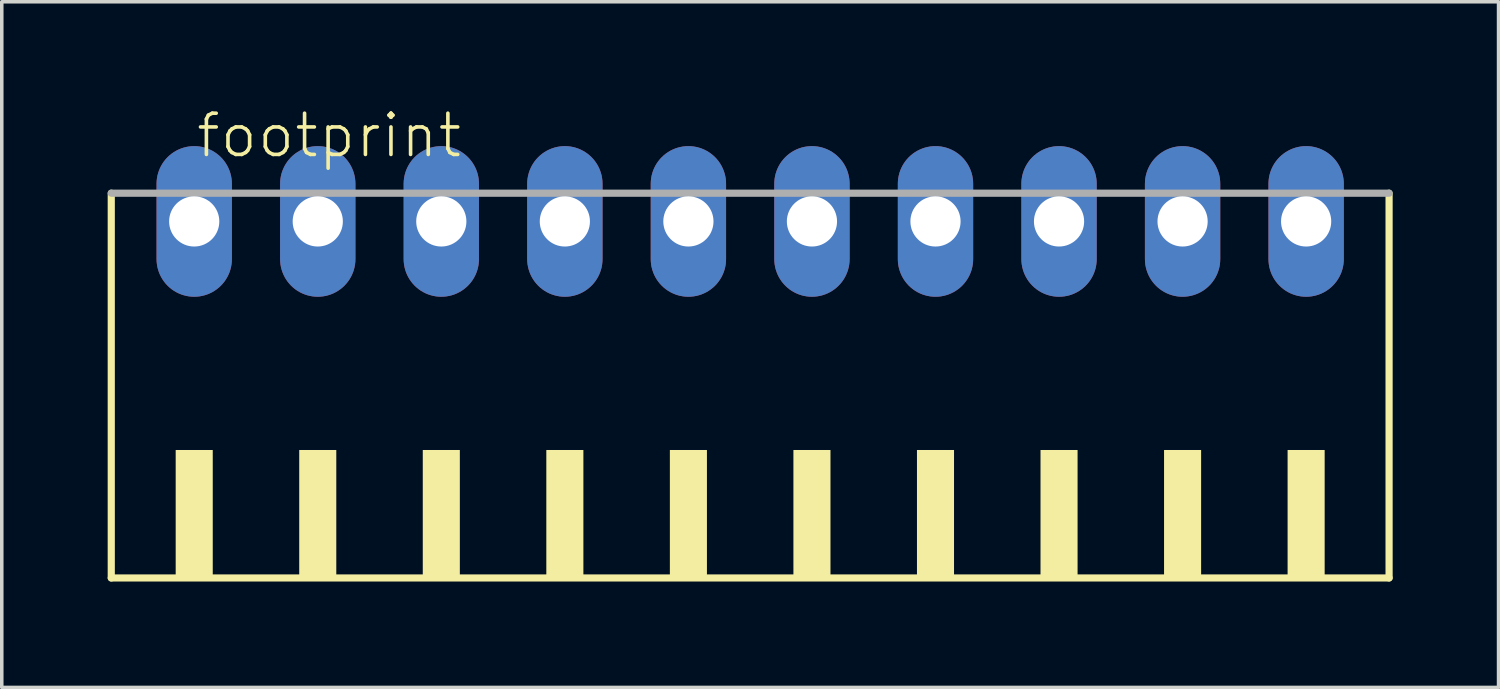
<source format=kicad_pcb>
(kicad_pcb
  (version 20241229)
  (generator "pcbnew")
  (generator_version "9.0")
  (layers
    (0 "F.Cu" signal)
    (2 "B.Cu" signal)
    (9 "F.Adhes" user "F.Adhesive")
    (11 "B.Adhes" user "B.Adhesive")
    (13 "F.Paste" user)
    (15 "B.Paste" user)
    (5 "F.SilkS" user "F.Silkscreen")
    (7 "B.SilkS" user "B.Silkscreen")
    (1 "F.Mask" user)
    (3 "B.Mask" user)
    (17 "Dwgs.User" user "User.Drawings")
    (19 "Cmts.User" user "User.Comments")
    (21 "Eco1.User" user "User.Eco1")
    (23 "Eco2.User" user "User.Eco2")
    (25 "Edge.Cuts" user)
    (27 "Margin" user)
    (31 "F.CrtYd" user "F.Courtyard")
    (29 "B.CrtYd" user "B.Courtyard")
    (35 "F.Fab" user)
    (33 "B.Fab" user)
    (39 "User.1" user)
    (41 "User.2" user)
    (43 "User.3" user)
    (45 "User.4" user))
  (footprint "footprint"
    (layer "F.Cu")
    (at 18.202 8.473)
    (property "Reference" "footprint" (at -15.75 -7 0) (layer "F.SilkS") (effects (font (size 1.168 1.168) (thickness 0.102)) (justify left bottom)))
    (fp_line (start -18.1 -6.05) (end -18.1 4.85) (stroke (width 0.203) (type solid)) (layer "F.SilkS"))
    (fp_line (start -18.1 4.85) (end 18.1 4.85) (stroke (width 0.203) (type solid)) (layer "F.SilkS"))
    (fp_line (start 18.1 4.85) (end 18.1 -6.05) (stroke (width 0.203) (type solid)) (layer "F.SilkS"))
    (fp_poly (pts (xy -16.275 4.9) (xy -15.225 4.9) (xy -15.225 1.225) (xy -16.275 1.225)) (stroke (width 0) (type solid)) (fill yes) (layer "F.SilkS"))
    (fp_poly (pts (xy -12.775 4.9) (xy -11.725 4.9) (xy -11.725 1.225) (xy -12.775 1.225)) (stroke (width 0) (type solid)) (fill yes) (layer "F.SilkS"))
    (fp_poly (pts (xy -9.275 4.9) (xy -8.225 4.9) (xy -8.225 1.225) (xy -9.275 1.225)) (stroke (width 0) (type solid)) (fill yes) (layer "F.SilkS"))
    (fp_poly (pts (xy -5.775 4.9) (xy -4.725 4.9) (xy -4.725 1.225) (xy -5.775 1.225)) (stroke (width 0) (type solid)) (fill yes) (layer "F.SilkS"))
    (fp_poly (pts (xy -2.275 4.9) (xy -1.225 4.9) (xy -1.225 1.225) (xy -2.275 1.225)) (stroke (width 0) (type solid)) (fill yes) (layer "F.SilkS"))
    (fp_poly (pts (xy 1.225 4.9) (xy 2.275 4.9) (xy 2.275 1.225) (xy 1.225 1.225)) (stroke (width 0) (type solid)) (fill yes) (layer "F.SilkS"))
    (fp_poly (pts (xy 4.725 4.9) (xy 5.775 4.9) (xy 5.775 1.225) (xy 4.725 1.225)) (stroke (width 0) (type solid)) (fill yes) (layer "F.SilkS"))
    (fp_poly (pts (xy 8.225 4.9) (xy 9.275 4.9) (xy 9.275 1.225) (xy 8.225 1.225)) (stroke (width 0) (type solid)) (fill yes) (layer "F.SilkS"))
    (fp_poly (pts (xy 11.725 4.9) (xy 12.775 4.9) (xy 12.775 1.225) (xy 11.725 1.225)) (stroke (width 0) (type solid)) (fill yes) (layer "F.SilkS"))
    (fp_poly (pts (xy 15.225 4.9) (xy 16.275 4.9) (xy 16.275 1.225) (xy 15.225 1.225)) (stroke (width 0) (type solid)) (fill yes) (layer "F.SilkS"))
    (fp_line (start 18.1 -6.05) (end -18.1 -6.05) (stroke (width 0.203) (type solid)) (layer "F.Fab"))
    (pad "1" thru_hole oval (at -15.75 -5.25 90) (size 4.267 2.134) (drill 1.422) (layers "*.Cu" "*.Mask"))
    (pad "2" thru_hole oval (at -12.25 -5.25 90) (size 4.267 2.134) (drill 1.422) (layers "*.Cu" "*.Mask"))
    (pad "3" thru_hole oval (at -8.75 -5.25 90) (size 4.267 2.134) (drill 1.422) (layers "*.Cu" "*.Mask"))
    (pad "4" thru_hole oval (at -5.25 -5.25 90) (size 4.267 2.134) (drill 1.422) (layers "*.Cu" "*.Mask"))
    (pad "5" thru_hole oval (at -1.75 -5.25 90) (size 4.267 2.134) (drill 1.422) (layers "*.Cu" "*.Mask"))
    (pad "6" thru_hole oval (at 1.75 -5.25 90) (size 4.267 2.134) (drill 1.422) (layers "*.Cu" "*.Mask"))
    (pad "7" thru_hole oval (at 5.25 -5.25 90) (size 4.267 2.134) (drill 1.422) (layers "*.Cu" "*.Mask"))
    (pad "8" thru_hole oval (at 8.75 -5.25 90) (size 4.267 2.134) (drill 1.422) (layers "*.Cu" "*.Mask"))
    (pad "9" thru_hole oval (at 12.25 -5.25 90) (size 4.267 2.134) (drill 1.422) (layers "*.Cu" "*.Mask"))
    (pad "10" thru_hole oval (at 15.75 -5.25 90) (size 4.267 2.134) (drill 1.422) (layers "*.Cu" "*.Mask")))
  (gr_rect
    (start -3 -3)
    (end 39.403 16.425)
    (stroke (width 0.1) (type default))
    (fill no)
    (layer "Edge.Cuts")))
</source>
